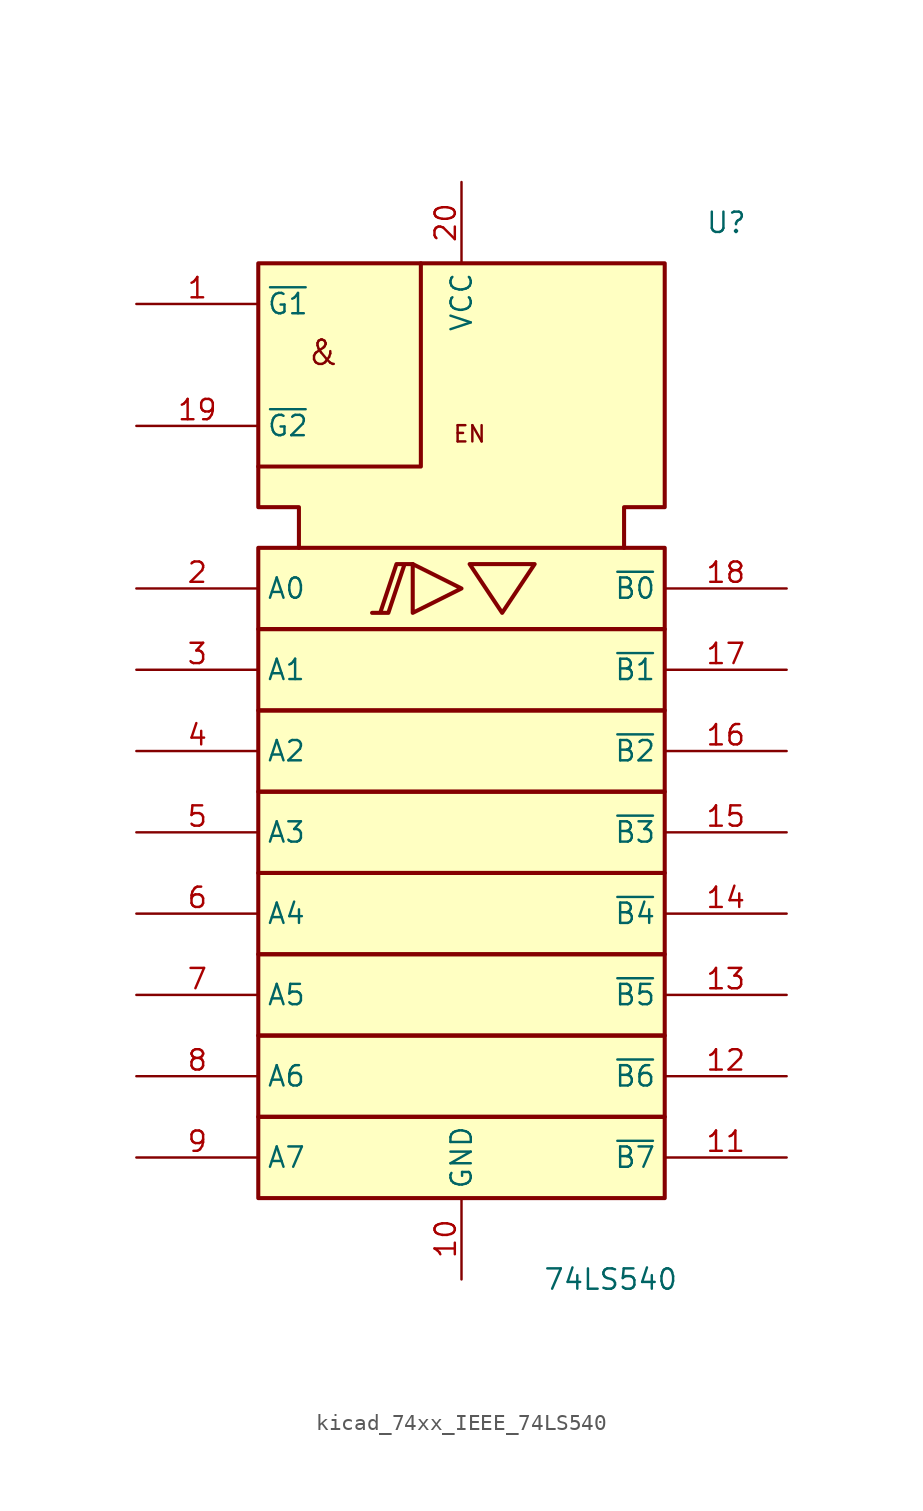
<source format=kicad_sym>
(kicad_symbol_lib
  (version 20220914)
  (generator kicad_symbol_editor)
  (symbol "kicad_74xx_IEEE_74LS540"
    (property "Reference" "U"
      (at 15.24 35.56 0)
      (effects (font (size 1.27 1.27)) (justify left)))
    (property "Value" "74LS540"
      (at 5.08 -30.48 0)
      (effects (font (size 1.27 1.27)) (justify left)))
    (symbol "kicad_74xx_IEEE_74LS540_0_0"
      (polyline (pts (xy -2.54 33.02) (xy -2.54 20.32) (xy -12.7 20.32) (xy -12.7 20.32)) (stroke (width 0.254) (type default)) (fill (type background)))
      (polyline (pts (xy -3.048 14.224) (xy -3.048 11.176) (xy 0 12.7) (xy -3.048 14.224) (xy -3.048 14.224)) (stroke (width 0.254) (type default)) (fill (type background)))
      (polyline (pts (xy 0.508 14.224) (xy 4.572 14.224) (xy 2.54 11.176) (xy 0.508 14.224) (xy 0.508 14.224)) (stroke (width 0.254) (type default)) (fill (type background)))
      (polyline (pts (xy -4.572 11.176) (xy -5.588 11.176) (xy -4.572 11.176) (xy -3.556 14.224) (xy -3.048 14.224) (xy -4.064 14.224) (xy -5.08 11.176) (xy -5.08 11.176)) (stroke (width 0.254) (type default)) (fill (type background)))
      (text "&" (at -8.636 27.432 0) (effects (font (size 1.524 1.524))))
      (text "EN" (at 0.508 22.352 0) (effects (font (size 1.016 1.016))))
      (pin power_in line (at 0 -30.48 90) (length 5.08) (name "GND" (effects (font (size 1.27 1.27)))) (number "10" (effects (font (size 1.27 1.27)))))
      (pin power_in line (at 0 38.1 270) (length 5.08) (name "VCC" (effects (font (size 1.27 1.27)))) (number "20" (effects (font (size 1.27 1.27))))))
    (symbol "kicad_74xx_IEEE_74LS540_0_1"
      (rectangle (start -12.7 -20.32) (end 12.7 -25.4) (stroke (width 0.254) (type default)) (fill (type background)))
      (rectangle (start -12.7 -15.24) (end 12.7 -20.32) (stroke (width 0.254) (type default)) (fill (type background)))
      (rectangle (start -12.7 -10.16) (end 12.7 -15.24) (stroke (width 0.254) (type default)) (fill (type background)))
      (rectangle (start -12.7 -5.08) (end 12.7 -10.16) (stroke (width 0.254) (type default)) (fill (type background)))
      (rectangle (start -12.7 0) (end 12.7 -5.08) (stroke (width 0.254) (type default)) (fill (type background)))
      (rectangle (start -12.7 5.08) (end 12.7 0) (stroke (width 0.254) (type default)) (fill (type background)))
      (rectangle (start -12.7 10.16) (end 12.7 5.08) (stroke (width 0.254) (type default)) (fill (type background)))
      (rectangle (start -12.7 15.24) (end 12.7 10.16) (stroke (width 0.254) (type default)) (fill (type background)))
      (polyline (pts (xy -10.16 15.24) (xy -10.16 17.78) (xy -12.7 17.78) (xy -12.7 33.02) (xy 12.7 33.02) (xy 12.7 17.78) (xy 10.16 17.78) (xy 10.16 15.24) (xy 10.16 15.24)) (stroke (width 0.254) (type default)) (fill (type background))))
    (symbol "kicad_74xx_IEEE_74LS540_1_1"
      (pin input line (at -20.32 30.48 0) (length 7.62) (name "~{G1}" (effects (font (size 1.27 1.27)))) (number "1" (effects (font (size 1.27 1.27)))))
      (pin tri_state line (at 20.32 -22.86 180) (length 7.62) (name "~{B7}" (effects (font (size 1.27 1.27)))) (number "11" (effects (font (size 1.27 1.27)))))
      (pin tri_state line (at 20.32 -17.78 180) (length 7.62) (name "~{B6}" (effects (font (size 1.27 1.27)))) (number "12" (effects (font (size 1.27 1.27)))))
      (pin tri_state line (at 20.32 -12.7 180) (length 7.62) (name "~{B5}" (effects (font (size 1.27 1.27)))) (number "13" (effects (font (size 1.27 1.27)))))
      (pin tri_state line (at 20.32 -7.62 180) (length 7.62) (name "~{B4}" (effects (font (size 1.27 1.27)))) (number "14" (effects (font (size 1.27 1.27)))))
      (pin tri_state line (at 20.32 -2.54 180) (length 7.62) (name "~{B3}" (effects (font (size 1.27 1.27)))) (number "15" (effects (font (size 1.27 1.27)))))
      (pin tri_state line (at 20.32 2.54 180) (length 7.62) (name "~{B2}" (effects (font (size 1.27 1.27)))) (number "16" (effects (font (size 1.27 1.27)))))
      (pin tri_state line (at 20.32 7.62 180) (length 7.62) (name "~{B1}" (effects (font (size 1.27 1.27)))) (number "17" (effects (font (size 1.27 1.27)))))
      (pin tri_state line (at 20.32 12.7 180) (length 7.62) (name "~{B0}" (effects (font (size 1.27 1.27)))) (number "18" (effects (font (size 1.27 1.27)))))
      (pin input line (at -20.32 22.86 0) (length 7.62) (name "~{G2}" (effects (font (size 1.27 1.27)))) (number "19" (effects (font (size 1.27 1.27)))))
      (pin input line (at -20.32 12.7 0) (length 7.62) (name "A0" (effects (font (size 1.27 1.27)))) (number "2" (effects (font (size 1.27 1.27)))))
      (pin input line (at -20.32 7.62 0) (length 7.62) (name "A1" (effects (font (size 1.27 1.27)))) (number "3" (effects (font (size 1.27 1.27)))))
      (pin input line (at -20.32 2.54 0) (length 7.62) (name "A2" (effects (font (size 1.27 1.27)))) (number "4" (effects (font (size 1.27 1.27)))))
      (pin input line (at -20.32 -2.54 0) (length 7.62) (name "A3" (effects (font (size 1.27 1.27)))) (number "5" (effects (font (size 1.27 1.27)))))
      (pin input line (at -20.32 -7.62 0) (length 7.62) (name "A4" (effects (font (size 1.27 1.27)))) (number "6" (effects (font (size 1.27 1.27)))))
      (pin input line (at -20.32 -12.7 0) (length 7.62) (name "A5" (effects (font (size 1.27 1.27)))) (number "7" (effects (font (size 1.27 1.27)))))
      (pin input line (at -20.32 -17.78 0) (length 7.62) (name "A6" (effects (font (size 1.27 1.27)))) (number "8" (effects (font (size 1.27 1.27)))))
      (pin input line (at -20.32 -22.86 0) (length 7.62) (name "A7" (effects (font (size 1.27 1.27)))) (number "9" (effects (font (size 1.27 1.27))))))))
</source>
